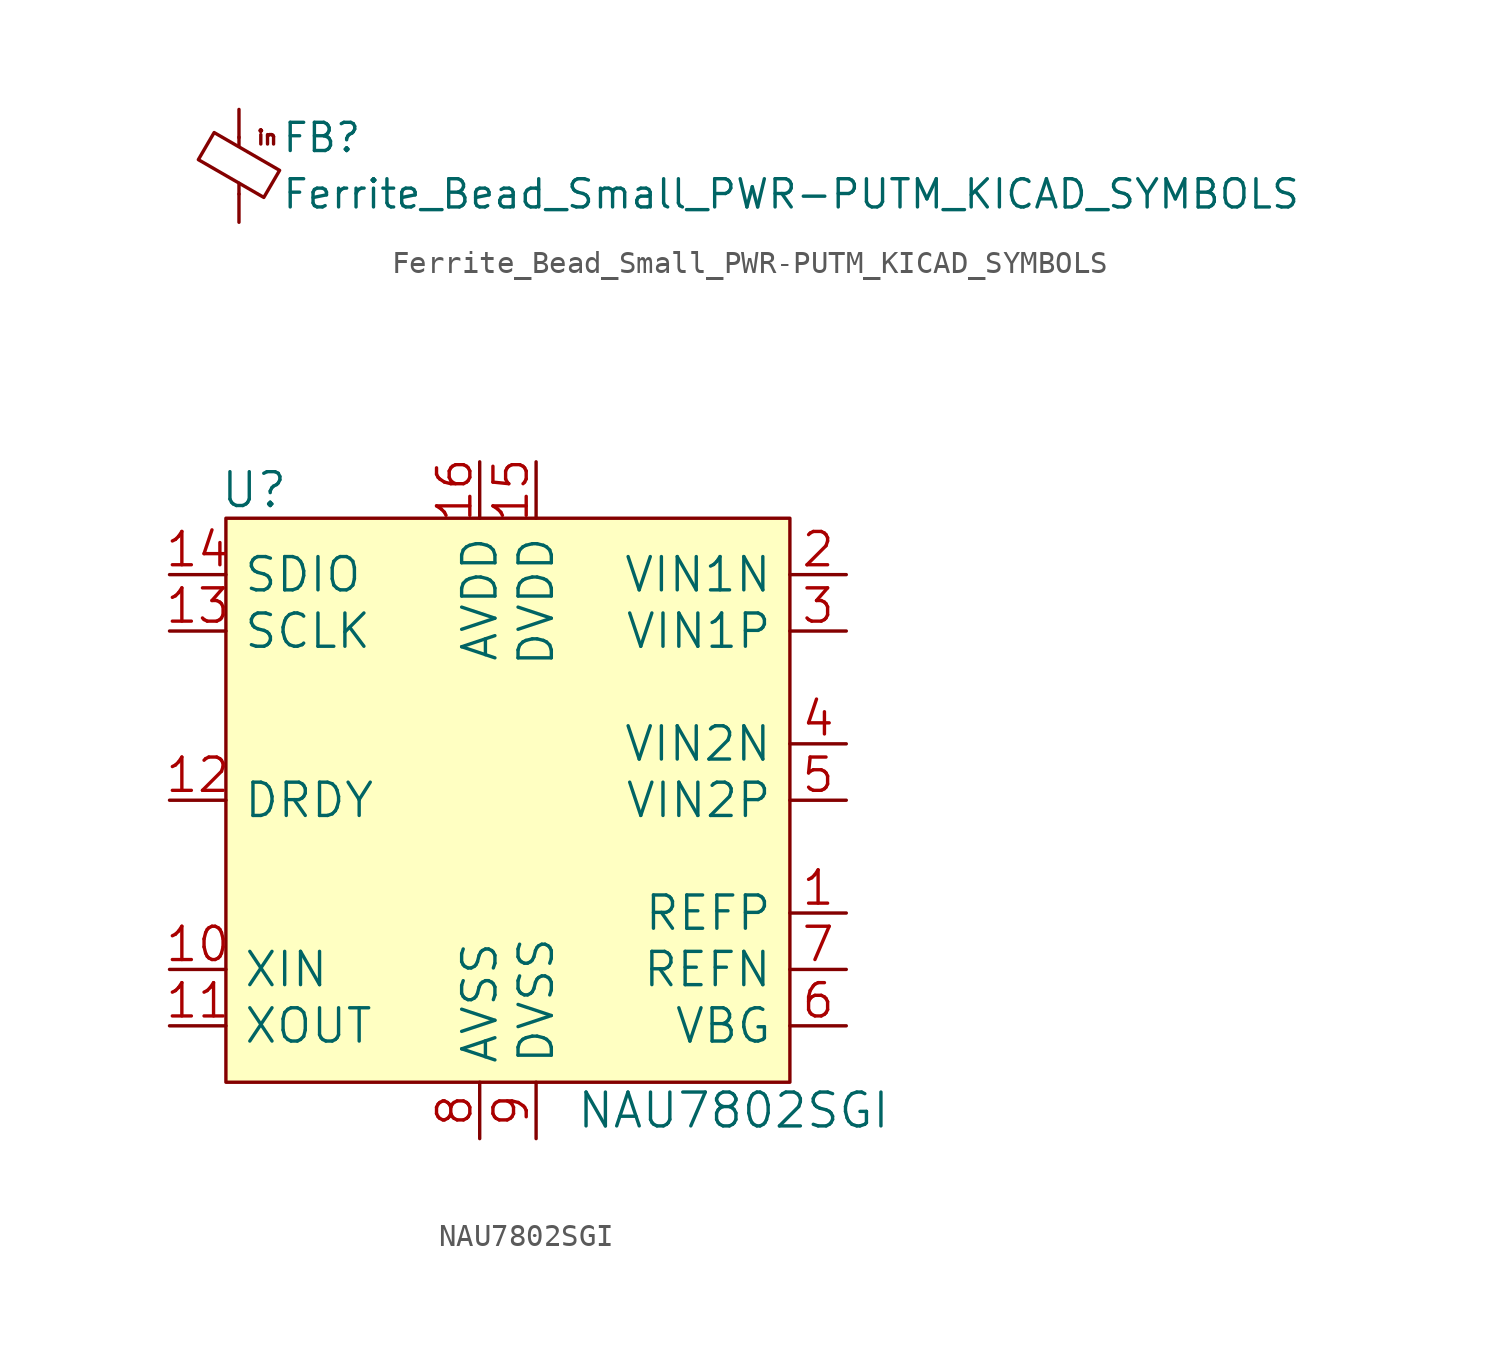
<source format=kicad_sym>
(kicad_symbol_lib
  (version 20211014)
  (generator kicad_symbol_editor)
  (symbol "Ferrite_Bead_Small_PWR-PUTM_KICAD_SYMBOLS"
    (pin_numbers hide)
    (pin_names
      (offset 0))
    (property "Reference" "FB"
      (at 1.905 1.27 0)
      (effects (font (size 1.27 1.27)) (justify left)))
    (property "Value" "Ferrite_Bead_Small_PWR-PUTM_KICAD_SYMBOLS"
      (at 1.905 -1.27 0)
      (effects (font (size 1.27 1.27)) (justify left)))
    (symbol "Ferrite_Bead_Small_PWR-PUTM_KICAD_SYMBOLS_0_0"
      (text "in" (at 1.27 1.27 0) (effects (font (size 0.635 0.635)))))
    (symbol "Ferrite_Bead_Small_PWR-PUTM_KICAD_SYMBOLS_0_1"
      (polyline (pts (xy 0 -1.27) (xy 0 -0.787)) (stroke (width 0) (type default) (color 0 0 0 0)) (fill (type none)))
      (polyline (pts (xy 0 0.889) (xy 0 1.295)) (stroke (width 0) (type default) (color 0 0 0 0)) (fill (type none)))
      (polyline (pts (xy -1.829 0.279) (xy -1.118 1.499) (xy 1.829 -0.203) (xy 1.118 -1.422) (xy -1.829 0.279)) (stroke (width 0) (type default) (color 0 0 0 0)) (fill (type none))))
    (symbol "Ferrite_Bead_Small_PWR-PUTM_KICAD_SYMBOLS_1_1"
      (pin power_in line (at 0 2.54 270) (length 1.27) (name "~" (effects (font (size 1.27 1.27)))) (number "1" (effects (font (size 1.27 1.27)))))
      (pin power_out line (at 0 -2.54 90) (length 1.27) (name "~" (effects (font (size 1.27 1.27)))) (number "2" (effects (font (size 1.27 1.27)))))))
  (symbol "NAU7802SGI"
    (pin_names
      (offset 0.762))
    (property "Reference" "U"
      (at -11.43 13.97 0)
      (effects (font (size 1.524 1.524))))
    (property "Value" "NAU7802SGI"
      (at 10.16 -13.97 0)
      (effects (font (size 1.524 1.524))))
    (symbol "NAU7802SGI_1_1"
      (rectangle (start -12.7 12.7) (end 12.7 -12.7) (stroke (width 0) (type default) (color 0 0 0 0)) (fill (type background)))
      (pin input line (at 15.24 -5.08 180) (length 2.54) (name "REFP" (effects (font (size 1.499 1.499)))) (number "1" (effects (font (size 1.499 1.499)))))
      (pin input line (at -15.24 -7.62 0) (length 2.54) (name "XIN" (effects (font (size 1.499 1.499)))) (number "10" (effects (font (size 1.499 1.499)))))
      (pin output line (at -15.24 -10.16 0) (length 2.54) (name "XOUT" (effects (font (size 1.499 1.499)))) (number "11" (effects (font (size 1.499 1.499)))))
      (pin output line (at -15.24 0 0) (length 2.54) (name "DRDY" (effects (font (size 1.499 1.499)))) (number "12" (effects (font (size 1.499 1.499)))))
      (pin input line (at -15.24 7.62 0) (length 2.54) (name "SCLK" (effects (font (size 1.499 1.499)))) (number "13" (effects (font (size 1.499 1.499)))))
      (pin bidirectional line (at -15.24 10.16 0) (length 2.54) (name "SDIO" (effects (font (size 1.499 1.499)))) (number "14" (effects (font (size 1.499 1.499)))))
      (pin power_in line (at 1.27 15.24 270) (length 2.54) (name "DVDD" (effects (font (size 1.499 1.499)))) (number "15" (effects (font (size 1.499 1.499)))))
      (pin power_in line (at -1.27 15.24 270) (length 2.54) (name "AVDD" (effects (font (size 1.499 1.499)))) (number "16" (effects (font (size 1.499 1.499)))))
      (pin input line (at 15.24 10.16 180) (length 2.54) (name "VIN1N" (effects (font (size 1.499 1.499)))) (number "2" (effects (font (size 1.499 1.499)))))
      (pin input line (at 15.24 7.62 180) (length 2.54) (name "VIN1P" (effects (font (size 1.499 1.499)))) (number "3" (effects (font (size 1.499 1.499)))))
      (pin input line (at 15.24 2.54 180) (length 2.54) (name "VIN2N" (effects (font (size 1.499 1.499)))) (number "4" (effects (font (size 1.499 1.499)))))
      (pin input line (at 15.24 0 180) (length 2.54) (name "VIN2P" (effects (font (size 1.499 1.499)))) (number "5" (effects (font (size 1.499 1.499)))))
      (pin output line (at 15.24 -10.16 180) (length 2.54) (name "VBG" (effects (font (size 1.499 1.499)))) (number "6" (effects (font (size 1.499 1.499)))))
      (pin input line (at 15.24 -7.62 180) (length 2.54) (name "REFN" (effects (font (size 1.499 1.499)))) (number "7" (effects (font (size 1.499 1.499)))))
      (pin power_in line (at -1.27 -15.24 90) (length 2.54) (name "AVSS" (effects (font (size 1.499 1.499)))) (number "8" (effects (font (size 1.499 1.499)))))
      (pin power_in line (at 1.27 -15.24 90) (length 2.54) (name "DVSS" (effects (font (size 1.499 1.499)))) (number "9" (effects (font (size 1.499 1.499))))))))
</source>
